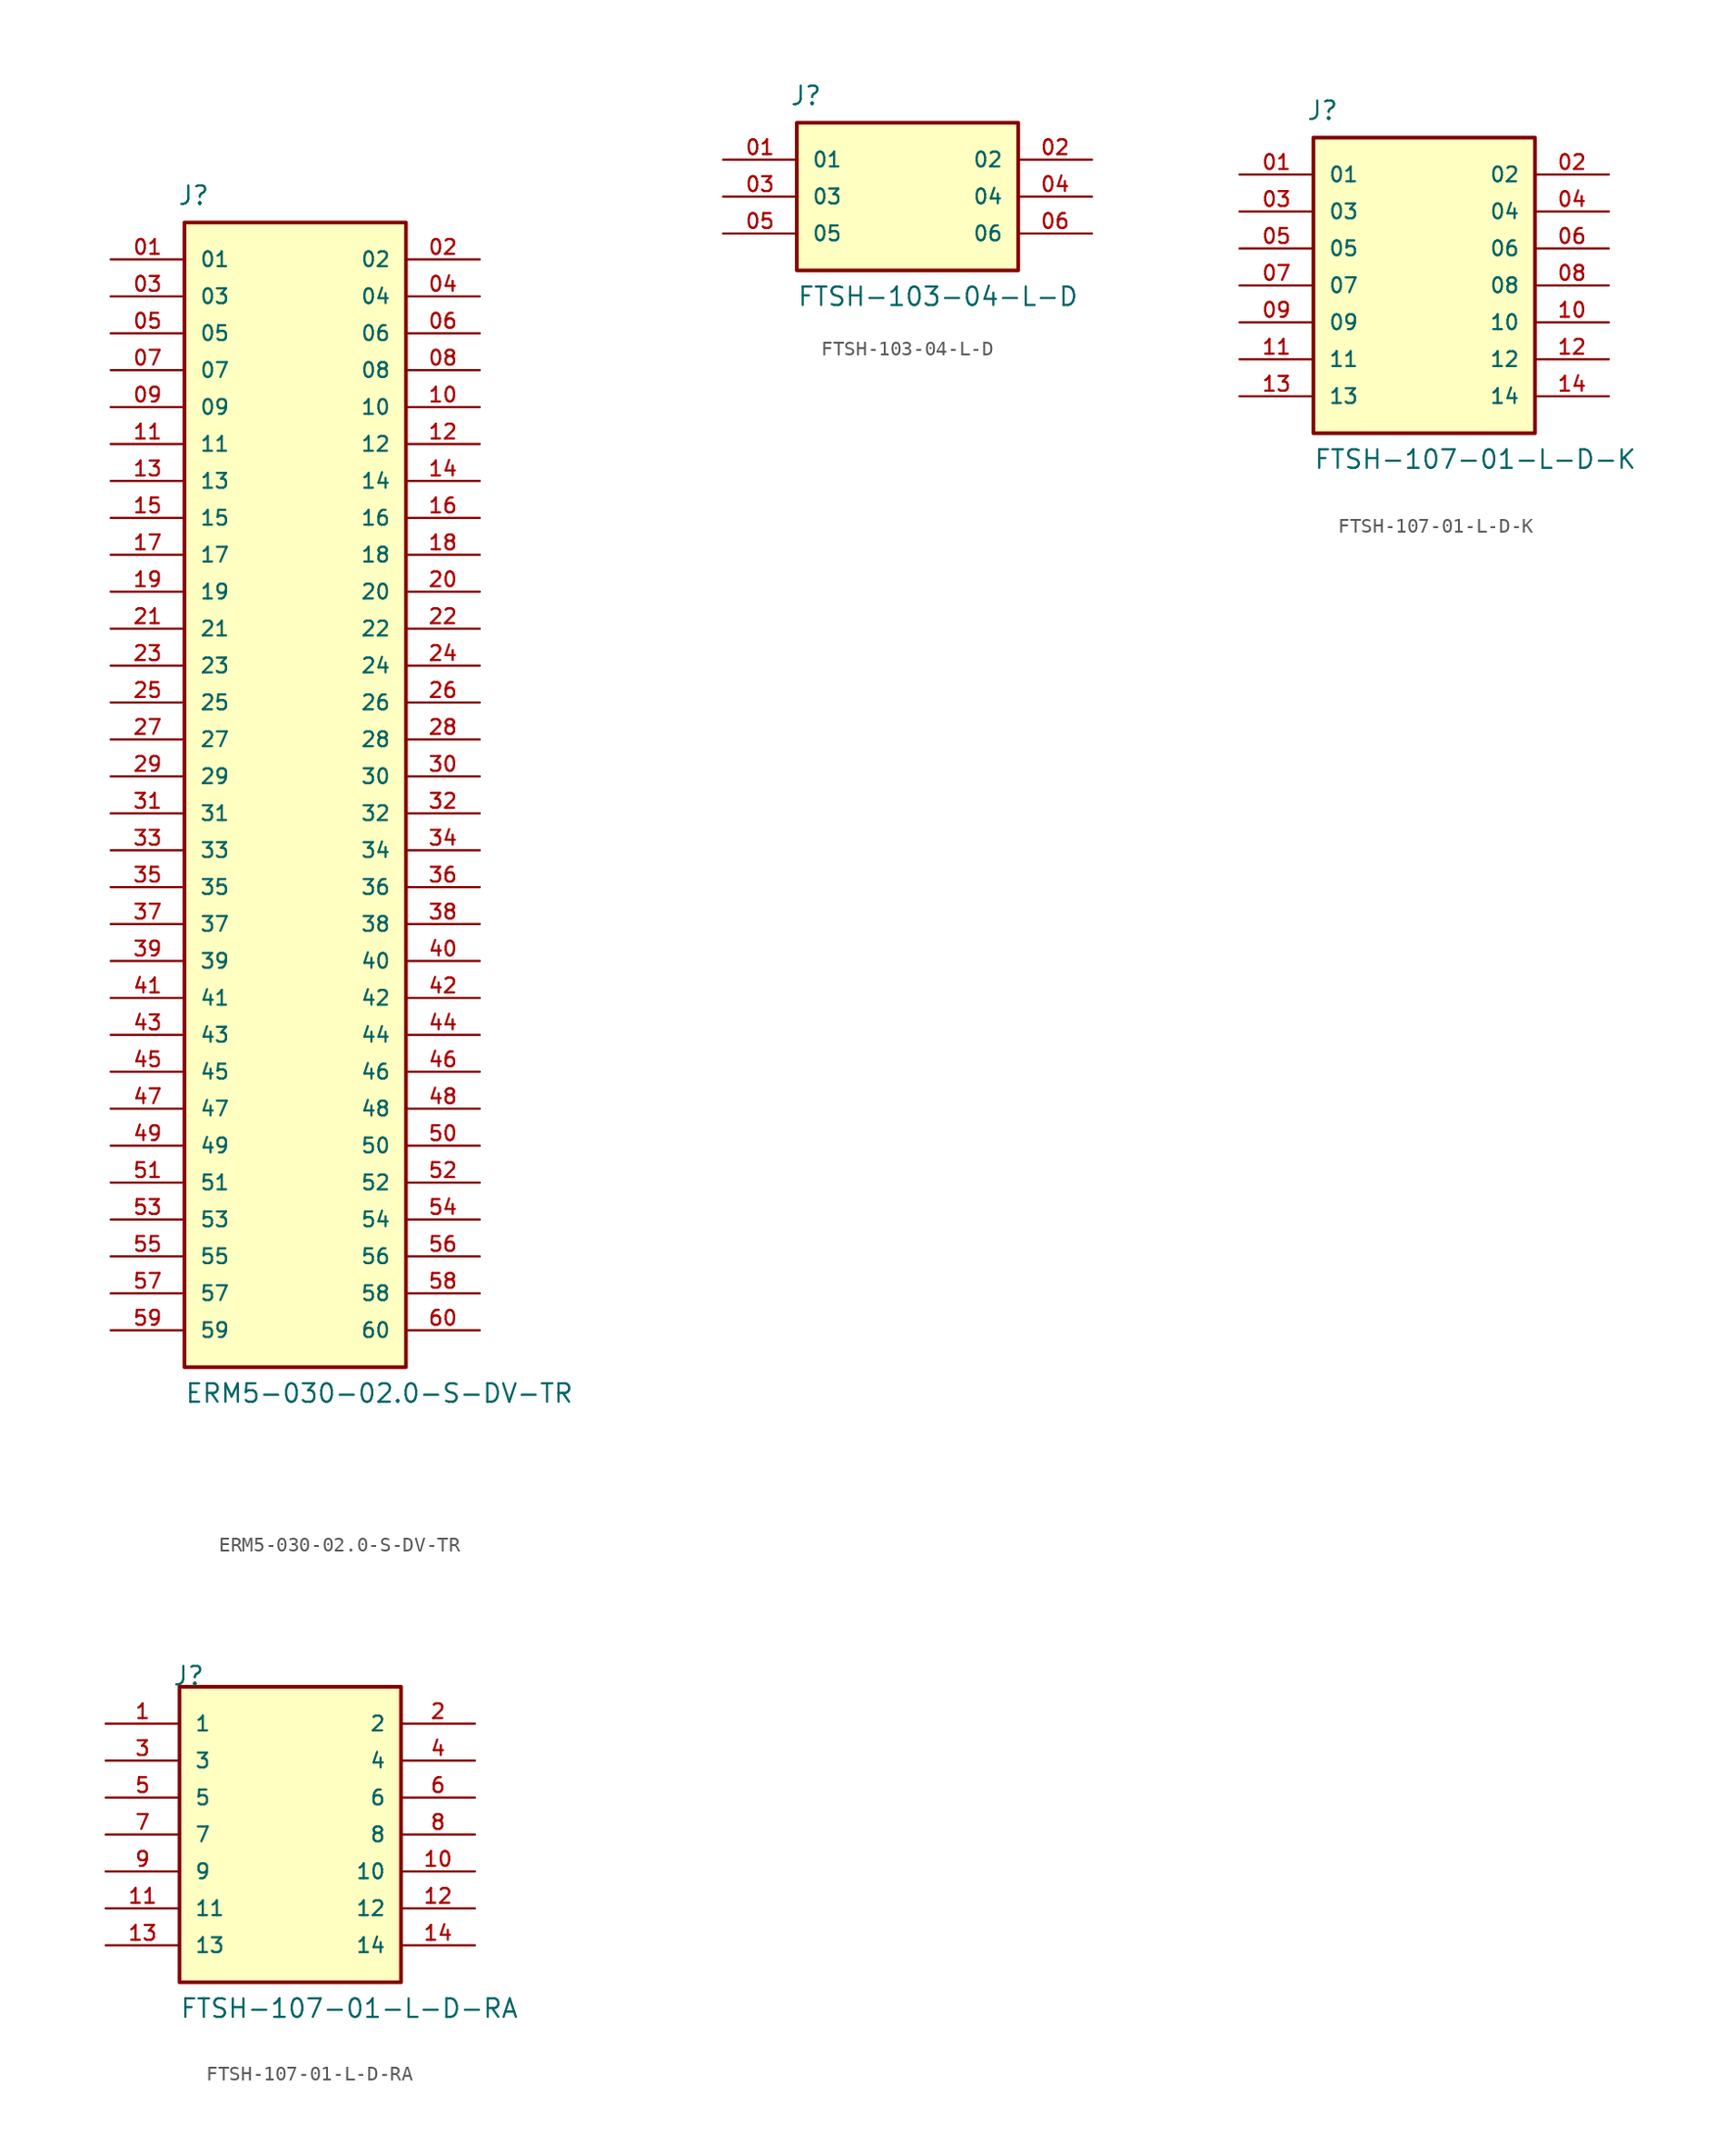
<source format=kicad_sym>
(kicad_symbol_lib
  (version 20231120)
  (generator "kicad_symbol_editor")
  (generator_version "8.0")
  (symbol "ERM5-030-02.0-S-DV-TR"
    (pin_names
      (offset 1.016))
    (property "Reference" "J"
      (at -8.12 39.216 0)
      (effects (font (size 1.27 1.27)) (justify left bottom)))
    (property "Value" "ERM5-030-02.0-S-DV-TR"
      (at -7.62 -43.18 0)
      (effects (font (size 1.27 1.27)) (justify left bottom)))
    (symbol "ERM5-030-02.0-S-DV-TR_0_0"
      (rectangle (start -7.62 -40.64) (end 7.62 38.1) (stroke (width 0.254) (type default)) (fill (type background)))
      (pin passive line (at -12.7 35.56 0) (length 5.08) (name "01" (effects (font (size 1.016 1.016)))) (number "01" (effects (font (size 1.016 1.016)))))
      (pin passive line (at 12.7 35.56 180) (length 5.08) (name "02" (effects (font (size 1.016 1.016)))) (number "02" (effects (font (size 1.016 1.016)))))
      (pin passive line (at -12.7 33.02 0) (length 5.08) (name "03" (effects (font (size 1.016 1.016)))) (number "03" (effects (font (size 1.016 1.016)))))
      (pin passive line (at 12.7 33.02 180) (length 5.08) (name "04" (effects (font (size 1.016 1.016)))) (number "04" (effects (font (size 1.016 1.016)))))
      (pin passive line (at -12.7 30.48 0) (length 5.08) (name "05" (effects (font (size 1.016 1.016)))) (number "05" (effects (font (size 1.016 1.016)))))
      (pin passive line (at 12.7 30.48 180) (length 5.08) (name "06" (effects (font (size 1.016 1.016)))) (number "06" (effects (font (size 1.016 1.016)))))
      (pin passive line (at -12.7 27.94 0) (length 5.08) (name "07" (effects (font (size 1.016 1.016)))) (number "07" (effects (font (size 1.016 1.016)))))
      (pin passive line (at 12.7 27.94 180) (length 5.08) (name "08" (effects (font (size 1.016 1.016)))) (number "08" (effects (font (size 1.016 1.016)))))
      (pin passive line (at -12.7 25.4 0) (length 5.08) (name "09" (effects (font (size 1.016 1.016)))) (number "09" (effects (font (size 1.016 1.016)))))
      (pin passive line (at 12.7 25.4 180) (length 5.08) (name "10" (effects (font (size 1.016 1.016)))) (number "10" (effects (font (size 1.016 1.016)))))
      (pin passive line (at -12.7 22.86 0) (length 5.08) (name "11" (effects (font (size 1.016 1.016)))) (number "11" (effects (font (size 1.016 1.016)))))
      (pin passive line (at 12.7 22.86 180) (length 5.08) (name "12" (effects (font (size 1.016 1.016)))) (number "12" (effects (font (size 1.016 1.016)))))
      (pin passive line (at -12.7 20.32 0) (length 5.08) (name "13" (effects (font (size 1.016 1.016)))) (number "13" (effects (font (size 1.016 1.016)))))
      (pin passive line (at 12.7 20.32 180) (length 5.08) (name "14" (effects (font (size 1.016 1.016)))) (number "14" (effects (font (size 1.016 1.016)))))
      (pin passive line (at -12.7 17.78 0) (length 5.08) (name "15" (effects (font (size 1.016 1.016)))) (number "15" (effects (font (size 1.016 1.016)))))
      (pin passive line (at 12.7 17.78 180) (length 5.08) (name "16" (effects (font (size 1.016 1.016)))) (number "16" (effects (font (size 1.016 1.016)))))
      (pin passive line (at -12.7 15.24 0) (length 5.08) (name "17" (effects (font (size 1.016 1.016)))) (number "17" (effects (font (size 1.016 1.016)))))
      (pin passive line (at 12.7 15.24 180) (length 5.08) (name "18" (effects (font (size 1.016 1.016)))) (number "18" (effects (font (size 1.016 1.016)))))
      (pin passive line (at -12.7 12.7 0) (length 5.08) (name "19" (effects (font (size 1.016 1.016)))) (number "19" (effects (font (size 1.016 1.016)))))
      (pin passive line (at 12.7 12.7 180) (length 5.08) (name "20" (effects (font (size 1.016 1.016)))) (number "20" (effects (font (size 1.016 1.016)))))
      (pin passive line (at -12.7 10.16 0) (length 5.08) (name "21" (effects (font (size 1.016 1.016)))) (number "21" (effects (font (size 1.016 1.016)))))
      (pin passive line (at 12.7 10.16 180) (length 5.08) (name "22" (effects (font (size 1.016 1.016)))) (number "22" (effects (font (size 1.016 1.016)))))
      (pin passive line (at -12.7 7.62 0) (length 5.08) (name "23" (effects (font (size 1.016 1.016)))) (number "23" (effects (font (size 1.016 1.016)))))
      (pin passive line (at 12.7 7.62 180) (length 5.08) (name "24" (effects (font (size 1.016 1.016)))) (number "24" (effects (font (size 1.016 1.016)))))
      (pin passive line (at -12.7 5.08 0) (length 5.08) (name "25" (effects (font (size 1.016 1.016)))) (number "25" (effects (font (size 1.016 1.016)))))
      (pin passive line (at 12.7 5.08 180) (length 5.08) (name "26" (effects (font (size 1.016 1.016)))) (number "26" (effects (font (size 1.016 1.016)))))
      (pin passive line (at -12.7 2.54 0) (length 5.08) (name "27" (effects (font (size 1.016 1.016)))) (number "27" (effects (font (size 1.016 1.016)))))
      (pin passive line (at 12.7 2.54 180) (length 5.08) (name "28" (effects (font (size 1.016 1.016)))) (number "28" (effects (font (size 1.016 1.016)))))
      (pin passive line (at -12.7 0 0) (length 5.08) (name "29" (effects (font (size 1.016 1.016)))) (number "29" (effects (font (size 1.016 1.016)))))
      (pin passive line (at 12.7 0 180) (length 5.08) (name "30" (effects (font (size 1.016 1.016)))) (number "30" (effects (font (size 1.016 1.016)))))
      (pin passive line (at -12.7 -2.54 0) (length 5.08) (name "31" (effects (font (size 1.016 1.016)))) (number "31" (effects (font (size 1.016 1.016)))))
      (pin passive line (at 12.7 -2.54 180) (length 5.08) (name "32" (effects (font (size 1.016 1.016)))) (number "32" (effects (font (size 1.016 1.016)))))
      (pin passive line (at -12.7 -5.08 0) (length 5.08) (name "33" (effects (font (size 1.016 1.016)))) (number "33" (effects (font (size 1.016 1.016)))))
      (pin passive line (at 12.7 -5.08 180) (length 5.08) (name "34" (effects (font (size 1.016 1.016)))) (number "34" (effects (font (size 1.016 1.016)))))
      (pin passive line (at -12.7 -7.62 0) (length 5.08) (name "35" (effects (font (size 1.016 1.016)))) (number "35" (effects (font (size 1.016 1.016)))))
      (pin passive line (at 12.7 -7.62 180) (length 5.08) (name "36" (effects (font (size 1.016 1.016)))) (number "36" (effects (font (size 1.016 1.016)))))
      (pin passive line (at -12.7 -10.16 0) (length 5.08) (name "37" (effects (font (size 1.016 1.016)))) (number "37" (effects (font (size 1.016 1.016)))))
      (pin passive line (at 12.7 -10.16 180) (length 5.08) (name "38" (effects (font (size 1.016 1.016)))) (number "38" (effects (font (size 1.016 1.016)))))
      (pin passive line (at -12.7 -12.7 0) (length 5.08) (name "39" (effects (font (size 1.016 1.016)))) (number "39" (effects (font (size 1.016 1.016)))))
      (pin passive line (at 12.7 -12.7 180) (length 5.08) (name "40" (effects (font (size 1.016 1.016)))) (number "40" (effects (font (size 1.016 1.016)))))
      (pin passive line (at -12.7 -15.24 0) (length 5.08) (name "41" (effects (font (size 1.016 1.016)))) (number "41" (effects (font (size 1.016 1.016)))))
      (pin passive line (at 12.7 -15.24 180) (length 5.08) (name "42" (effects (font (size 1.016 1.016)))) (number "42" (effects (font (size 1.016 1.016)))))
      (pin passive line (at -12.7 -17.78 0) (length 5.08) (name "43" (effects (font (size 1.016 1.016)))) (number "43" (effects (font (size 1.016 1.016)))))
      (pin passive line (at 12.7 -17.78 180) (length 5.08) (name "44" (effects (font (size 1.016 1.016)))) (number "44" (effects (font (size 1.016 1.016)))))
      (pin passive line (at -12.7 -20.32 0) (length 5.08) (name "45" (effects (font (size 1.016 1.016)))) (number "45" (effects (font (size 1.016 1.016)))))
      (pin passive line (at 12.7 -20.32 180) (length 5.08) (name "46" (effects (font (size 1.016 1.016)))) (number "46" (effects (font (size 1.016 1.016)))))
      (pin passive line (at -12.7 -22.86 0) (length 5.08) (name "47" (effects (font (size 1.016 1.016)))) (number "47" (effects (font (size 1.016 1.016)))))
      (pin passive line (at 12.7 -22.86 180) (length 5.08) (name "48" (effects (font (size 1.016 1.016)))) (number "48" (effects (font (size 1.016 1.016)))))
      (pin passive line (at -12.7 -25.4 0) (length 5.08) (name "49" (effects (font (size 1.016 1.016)))) (number "49" (effects (font (size 1.016 1.016)))))
      (pin passive line (at 12.7 -25.4 180) (length 5.08) (name "50" (effects (font (size 1.016 1.016)))) (number "50" (effects (font (size 1.016 1.016)))))
      (pin passive line (at -12.7 -27.94 0) (length 5.08) (name "51" (effects (font (size 1.016 1.016)))) (number "51" (effects (font (size 1.016 1.016)))))
      (pin passive line (at 12.7 -27.94 180) (length 5.08) (name "52" (effects (font (size 1.016 1.016)))) (number "52" (effects (font (size 1.016 1.016)))))
      (pin passive line (at -12.7 -30.48 0) (length 5.08) (name "53" (effects (font (size 1.016 1.016)))) (number "53" (effects (font (size 1.016 1.016)))))
      (pin passive line (at 12.7 -30.48 180) (length 5.08) (name "54" (effects (font (size 1.016 1.016)))) (number "54" (effects (font (size 1.016 1.016)))))
      (pin passive line (at -12.7 -33.02 0) (length 5.08) (name "55" (effects (font (size 1.016 1.016)))) (number "55" (effects (font (size 1.016 1.016)))))
      (pin passive line (at 12.7 -33.02 180) (length 5.08) (name "56" (effects (font (size 1.016 1.016)))) (number "56" (effects (font (size 1.016 1.016)))))
      (pin passive line (at -12.7 -35.56 0) (length 5.08) (name "57" (effects (font (size 1.016 1.016)))) (number "57" (effects (font (size 1.016 1.016)))))
      (pin passive line (at 12.7 -35.56 180) (length 5.08) (name "58" (effects (font (size 1.016 1.016)))) (number "58" (effects (font (size 1.016 1.016)))))
      (pin passive line (at -12.7 -38.1 0) (length 5.08) (name "59" (effects (font (size 1.016 1.016)))) (number "59" (effects (font (size 1.016 1.016)))))
      (pin passive line (at 12.7 -38.1 180) (length 5.08) (name "60" (effects (font (size 1.016 1.016)))) (number "60" (effects (font (size 1.016 1.016)))))))
  (symbol "FTSH-103-04-L-D"
    (pin_names
      (offset 1.016))
    (property "Reference" "J"
      (at -8.12 6.196 0)
      (effects (font (size 1.27 1.27)) (justify left bottom)))
    (property "Value" "FTSH-103-04-L-D"
      (at -7.62 -7.62 0)
      (effects (font (size 1.27 1.27)) (justify left bottom)))
    (symbol "FTSH-103-04-L-D_0_0"
      (rectangle (start -7.62 -5.08) (end 7.62 5.08) (stroke (width 0.254) (type default)) (fill (type background)))
      (pin passive line (at -12.7 2.54 0) (length 5.08) (name "01" (effects (font (size 1.016 1.016)))) (number "01" (effects (font (size 1.016 1.016)))))
      (pin passive line (at 12.7 2.54 180) (length 5.08) (name "02" (effects (font (size 1.016 1.016)))) (number "02" (effects (font (size 1.016 1.016)))))
      (pin passive line (at -12.7 0 0) (length 5.08) (name "03" (effects (font (size 1.016 1.016)))) (number "03" (effects (font (size 1.016 1.016)))))
      (pin passive line (at 12.7 0 180) (length 5.08) (name "04" (effects (font (size 1.016 1.016)))) (number "04" (effects (font (size 1.016 1.016)))))
      (pin passive line (at -12.7 -2.54 0) (length 5.08) (name "05" (effects (font (size 1.016 1.016)))) (number "05" (effects (font (size 1.016 1.016)))))
      (pin passive line (at 12.7 -2.54 180) (length 5.08) (name "06" (effects (font (size 1.016 1.016)))) (number "06" (effects (font (size 1.016 1.016)))))))
  (symbol "FTSH-107-01-L-D-K"
    (pin_names
      (offset 1.016))
    (property "Reference" "J"
      (at -8.12 11.276 0)
      (effects (font (size 1.27 1.27)) (justify left bottom)))
    (property "Value" "FTSH-107-01-L-D-K"
      (at -7.62 -12.7 0)
      (effects (font (size 1.27 1.27)) (justify left bottom)))
    (symbol "FTSH-107-01-L-D-K_0_0"
      (rectangle (start -7.62 -10.16) (end 7.62 10.16) (stroke (width 0.254) (type default)) (fill (type background)))
      (pin passive line (at -12.7 7.62 0) (length 5.08) (name "01" (effects (font (size 1.016 1.016)))) (number "01" (effects (font (size 1.016 1.016)))))
      (pin passive line (at 12.7 7.62 180) (length 5.08) (name "02" (effects (font (size 1.016 1.016)))) (number "02" (effects (font (size 1.016 1.016)))))
      (pin passive line (at -12.7 5.08 0) (length 5.08) (name "03" (effects (font (size 1.016 1.016)))) (number "03" (effects (font (size 1.016 1.016)))))
      (pin passive line (at 12.7 5.08 180) (length 5.08) (name "04" (effects (font (size 1.016 1.016)))) (number "04" (effects (font (size 1.016 1.016)))))
      (pin passive line (at -12.7 2.54 0) (length 5.08) (name "05" (effects (font (size 1.016 1.016)))) (number "05" (effects (font (size 1.016 1.016)))))
      (pin passive line (at 12.7 2.54 180) (length 5.08) (name "06" (effects (font (size 1.016 1.016)))) (number "06" (effects (font (size 1.016 1.016)))))
      (pin passive line (at -12.7 0 0) (length 5.08) (name "07" (effects (font (size 1.016 1.016)))) (number "07" (effects (font (size 1.016 1.016)))))
      (pin passive line (at 12.7 0 180) (length 5.08) (name "08" (effects (font (size 1.016 1.016)))) (number "08" (effects (font (size 1.016 1.016)))))
      (pin passive line (at -12.7 -2.54 0) (length 5.08) (name "09" (effects (font (size 1.016 1.016)))) (number "09" (effects (font (size 1.016 1.016)))))
      (pin passive line (at 12.7 -2.54 180) (length 5.08) (name "10" (effects (font (size 1.016 1.016)))) (number "10" (effects (font (size 1.016 1.016)))))
      (pin passive line (at -12.7 -5.08 0) (length 5.08) (name "11" (effects (font (size 1.016 1.016)))) (number "11" (effects (font (size 1.016 1.016)))))
      (pin passive line (at 12.7 -5.08 180) (length 5.08) (name "12" (effects (font (size 1.016 1.016)))) (number "12" (effects (font (size 1.016 1.016)))))
      (pin passive line (at -12.7 -7.62 0) (length 5.08) (name "13" (effects (font (size 1.016 1.016)))) (number "13" (effects (font (size 1.016 1.016)))))
      (pin passive line (at 12.7 -7.62 180) (length 5.08) (name "14" (effects (font (size 1.016 1.016)))) (number "14" (effects (font (size 1.016 1.016)))))))
  (symbol "FTSH-107-01-L-D-RA"
    (pin_names
      (offset 1.016))
    (property "Reference" "J"
      (at -8.12 10.16 0)
      (effects (font (size 1.27 1.27)) (justify left bottom)))
    (property "Value" "FTSH-107-01-L-D-RA"
      (at -7.62 -12.7 0)
      (effects (font (size 1.27 1.27)) (justify left bottom)))
    (symbol "FTSH-107-01-L-D-RA_0_0"
      (rectangle (start -7.62 -10.16) (end 7.62 10.16) (stroke (width 0.254) (type default)) (fill (type background)))
      (pin passive line (at -12.7 7.62 0) (length 5.08) (name "1" (effects (font (size 1.016 1.016)))) (number "1" (effects (font (size 1.016 1.016)))))
      (pin passive line (at 12.7 -2.54 180) (length 5.08) (name "10" (effects (font (size 1.016 1.016)))) (number "10" (effects (font (size 1.016 1.016)))))
      (pin passive line (at -12.7 -5.08 0) (length 5.08) (name "11" (effects (font (size 1.016 1.016)))) (number "11" (effects (font (size 1.016 1.016)))))
      (pin passive line (at 12.7 -5.08 180) (length 5.08) (name "12" (effects (font (size 1.016 1.016)))) (number "12" (effects (font (size 1.016 1.016)))))
      (pin passive line (at -12.7 -7.62 0) (length 5.08) (name "13" (effects (font (size 1.016 1.016)))) (number "13" (effects (font (size 1.016 1.016)))))
      (pin passive line (at 12.7 -7.62 180) (length 5.08) (name "14" (effects (font (size 1.016 1.016)))) (number "14" (effects (font (size 1.016 1.016)))))
      (pin passive line (at 12.7 7.62 180) (length 5.08) (name "2" (effects (font (size 1.016 1.016)))) (number "2" (effects (font (size 1.016 1.016)))))
      (pin passive line (at -12.7 5.08 0) (length 5.08) (name "3" (effects (font (size 1.016 1.016)))) (number "3" (effects (font (size 1.016 1.016)))))
      (pin passive line (at 12.7 5.08 180) (length 5.08) (name "4" (effects (font (size 1.016 1.016)))) (number "4" (effects (font (size 1.016 1.016)))))
      (pin passive line (at -12.7 2.54 0) (length 5.08) (name "5" (effects (font (size 1.016 1.016)))) (number "5" (effects (font (size 1.016 1.016)))))
      (pin passive line (at 12.7 2.54 180) (length 5.08) (name "6" (effects (font (size 1.016 1.016)))) (number "6" (effects (font (size 1.016 1.016)))))
      (pin passive line (at -12.7 0 0) (length 5.08) (name "7" (effects (font (size 1.016 1.016)))) (number "7" (effects (font (size 1.016 1.016)))))
      (pin passive line (at 12.7 0 180) (length 5.08) (name "8" (effects (font (size 1.016 1.016)))) (number "8" (effects (font (size 1.016 1.016)))))
      (pin passive line (at -12.7 -2.54 0) (length 5.08) (name "9" (effects (font (size 1.016 1.016)))) (number "9" (effects (font (size 1.016 1.016))))))))
</source>
